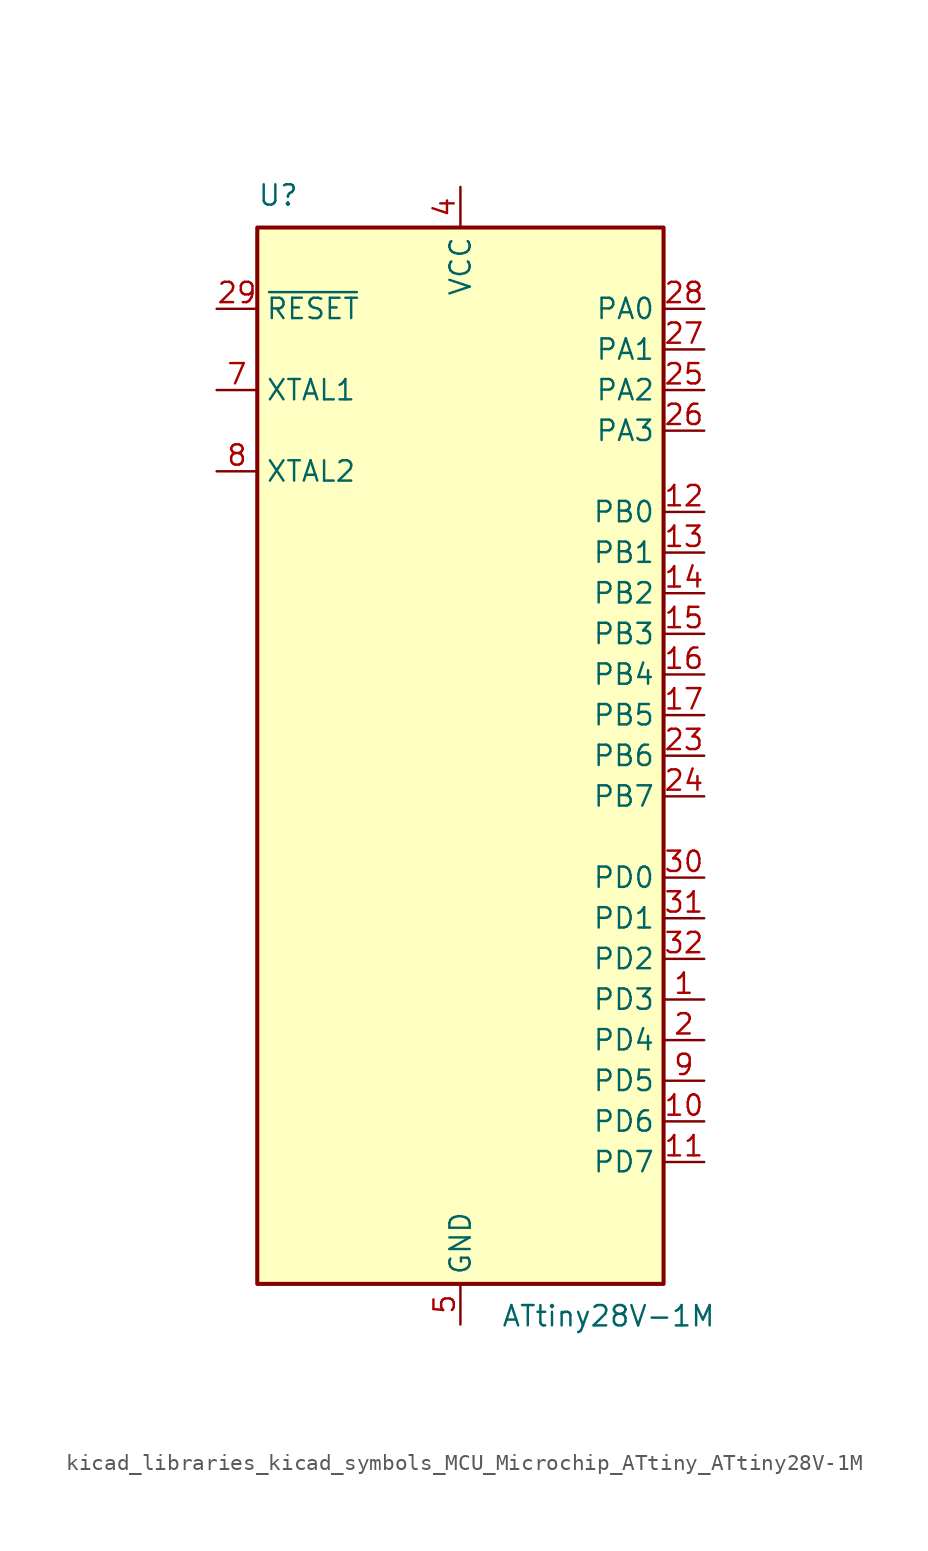
<source format=kicad_sym>
(kicad_symbol_lib
  (version 20220914)
  (generator kicad_symbol_editor)
  (symbol "kicad_libraries_kicad_symbols_MCU_Microchip_ATtiny_ATtiny28V-1M"
    (property "Reference" "U"
      (at -12.7 34.29 0)
      (effects (font (size 1.27 1.27)) (justify left bottom)))
    (property "Value" "ATtiny28V-1M"
      (at 2.54 -34.29 0)
      (effects (font (size 1.27 1.27)) (justify left top)))
    (symbol "kicad_libraries_kicad_symbols_MCU_Microchip_ATtiny_ATtiny28V-1M_0_1"
      (rectangle (start -12.7 -33.02) (end 12.7 33.02) (stroke (width 0.254) (type default)) (fill (type background))))
    (symbol "kicad_libraries_kicad_symbols_MCU_Microchip_ATtiny_ATtiny28V-1M_1_1"
      (pin bidirectional line (at 15.24 -15.24 180) (length 2.54) (name "PD3" (effects (font (size 1.27 1.27)))) (number "1" (effects (font (size 1.27 1.27)))))
      (pin bidirectional line (at 15.24 -22.86 180) (length 2.54) (name "PD6" (effects (font (size 1.27 1.27)))) (number "10" (effects (font (size 1.27 1.27)))))
      (pin bidirectional line (at 15.24 -25.4 180) (length 2.54) (name "PD7" (effects (font (size 1.27 1.27)))) (number "11" (effects (font (size 1.27 1.27)))))
      (pin bidirectional line (at 15.24 15.24 180) (length 2.54) (name "PB0" (effects (font (size 1.27 1.27)))) (number "12" (effects (font (size 1.27 1.27)))))
      (pin bidirectional line (at 15.24 12.7 180) (length 2.54) (name "PB1" (effects (font (size 1.27 1.27)))) (number "13" (effects (font (size 1.27 1.27)))))
      (pin bidirectional line (at 15.24 10.16 180) (length 2.54) (name "PB2" (effects (font (size 1.27 1.27)))) (number "14" (effects (font (size 1.27 1.27)))))
      (pin bidirectional line (at 15.24 7.62 180) (length 2.54) (name "PB3" (effects (font (size 1.27 1.27)))) (number "15" (effects (font (size 1.27 1.27)))))
      (pin bidirectional line (at 15.24 5.08 180) (length 2.54) (name "PB4" (effects (font (size 1.27 1.27)))) (number "16" (effects (font (size 1.27 1.27)))))
      (pin bidirectional line (at 15.24 2.54 180) (length 2.54) (name "PB5" (effects (font (size 1.27 1.27)))) (number "17" (effects (font (size 1.27 1.27)))))
      (pin passive line (at 0 35.56 270) (length 2.54) hide (name "VCC" (effects (font (size 1.27 1.27)))) (number "18" (effects (font (size 1.27 1.27)))))
      (pin no_connect line (at -12.7 -25.4 0) (length 2.54) hide (name "NC" (effects (font (size 1.27 1.27)))) (number "19" (effects (font (size 1.27 1.27)))))
      (pin bidirectional line (at 15.24 -17.78 180) (length 2.54) (name "PD4" (effects (font (size 1.27 1.27)))) (number "2" (effects (font (size 1.27 1.27)))))
      (pin no_connect line (at -12.7 -27.94 0) (length 2.54) hide (name "NC" (effects (font (size 1.27 1.27)))) (number "20" (effects (font (size 1.27 1.27)))))
      (pin passive line (at 0 -35.56 90) (length 2.54) hide (name "GND" (effects (font (size 1.27 1.27)))) (number "21" (effects (font (size 1.27 1.27)))))
      (pin no_connect line (at -12.7 -30.48 0) (length 2.54) hide (name "NC" (effects (font (size 1.27 1.27)))) (number "22" (effects (font (size 1.27 1.27)))))
      (pin bidirectional line (at 15.24 0 180) (length 2.54) (name "PB6" (effects (font (size 1.27 1.27)))) (number "23" (effects (font (size 1.27 1.27)))))
      (pin bidirectional line (at 15.24 -2.54 180) (length 2.54) (name "PB7" (effects (font (size 1.27 1.27)))) (number "24" (effects (font (size 1.27 1.27)))))
      (pin bidirectional line (at 15.24 22.86 180) (length 2.54) (name "PA2" (effects (font (size 1.27 1.27)))) (number "25" (effects (font (size 1.27 1.27)))))
      (pin bidirectional line (at 15.24 20.32 180) (length 2.54) (name "PA3" (effects (font (size 1.27 1.27)))) (number "26" (effects (font (size 1.27 1.27)))))
      (pin bidirectional line (at 15.24 25.4 180) (length 2.54) (name "PA1" (effects (font (size 1.27 1.27)))) (number "27" (effects (font (size 1.27 1.27)))))
      (pin bidirectional line (at 15.24 27.94 180) (length 2.54) (name "PA0" (effects (font (size 1.27 1.27)))) (number "28" (effects (font (size 1.27 1.27)))))
      (pin input line (at -15.24 27.94 0) (length 2.54) (name "~{RESET}" (effects (font (size 1.27 1.27)))) (number "29" (effects (font (size 1.27 1.27)))))
      (pin no_connect line (at -12.7 -20.32 0) (length 2.54) hide (name "NC" (effects (font (size 1.27 1.27)))) (number "3" (effects (font (size 1.27 1.27)))))
      (pin bidirectional line (at 15.24 -7.62 180) (length 2.54) (name "PD0" (effects (font (size 1.27 1.27)))) (number "30" (effects (font (size 1.27 1.27)))))
      (pin bidirectional line (at 15.24 -10.16 180) (length 2.54) (name "PD1" (effects (font (size 1.27 1.27)))) (number "31" (effects (font (size 1.27 1.27)))))
      (pin bidirectional line (at 15.24 -12.7 180) (length 2.54) (name "PD2" (effects (font (size 1.27 1.27)))) (number "32" (effects (font (size 1.27 1.27)))))
      (pin passive line (at 0 -35.56 90) (length 2.54) hide (name "GND" (effects (font (size 1.27 1.27)))) (number "33" (effects (font (size 1.27 1.27)))))
      (pin power_in line (at 0 35.56 270) (length 2.54) (name "VCC" (effects (font (size 1.27 1.27)))) (number "4" (effects (font (size 1.27 1.27)))))
      (pin power_in line (at 0 -35.56 90) (length 2.54) (name "GND" (effects (font (size 1.27 1.27)))) (number "5" (effects (font (size 1.27 1.27)))))
      (pin no_connect line (at -12.7 -22.86 0) (length 2.54) hide (name "NC" (effects (font (size 1.27 1.27)))) (number "6" (effects (font (size 1.27 1.27)))))
      (pin input line (at -15.24 22.86 0) (length 2.54) (name "XTAL1" (effects (font (size 1.27 1.27)))) (number "7" (effects (font (size 1.27 1.27)))))
      (pin output line (at -15.24 17.78 0) (length 2.54) (name "XTAL2" (effects (font (size 1.27 1.27)))) (number "8" (effects (font (size 1.27 1.27)))))
      (pin bidirectional line (at 15.24 -20.32 180) (length 2.54) (name "PD5" (effects (font (size 1.27 1.27)))) (number "9" (effects (font (size 1.27 1.27))))))))
</source>
